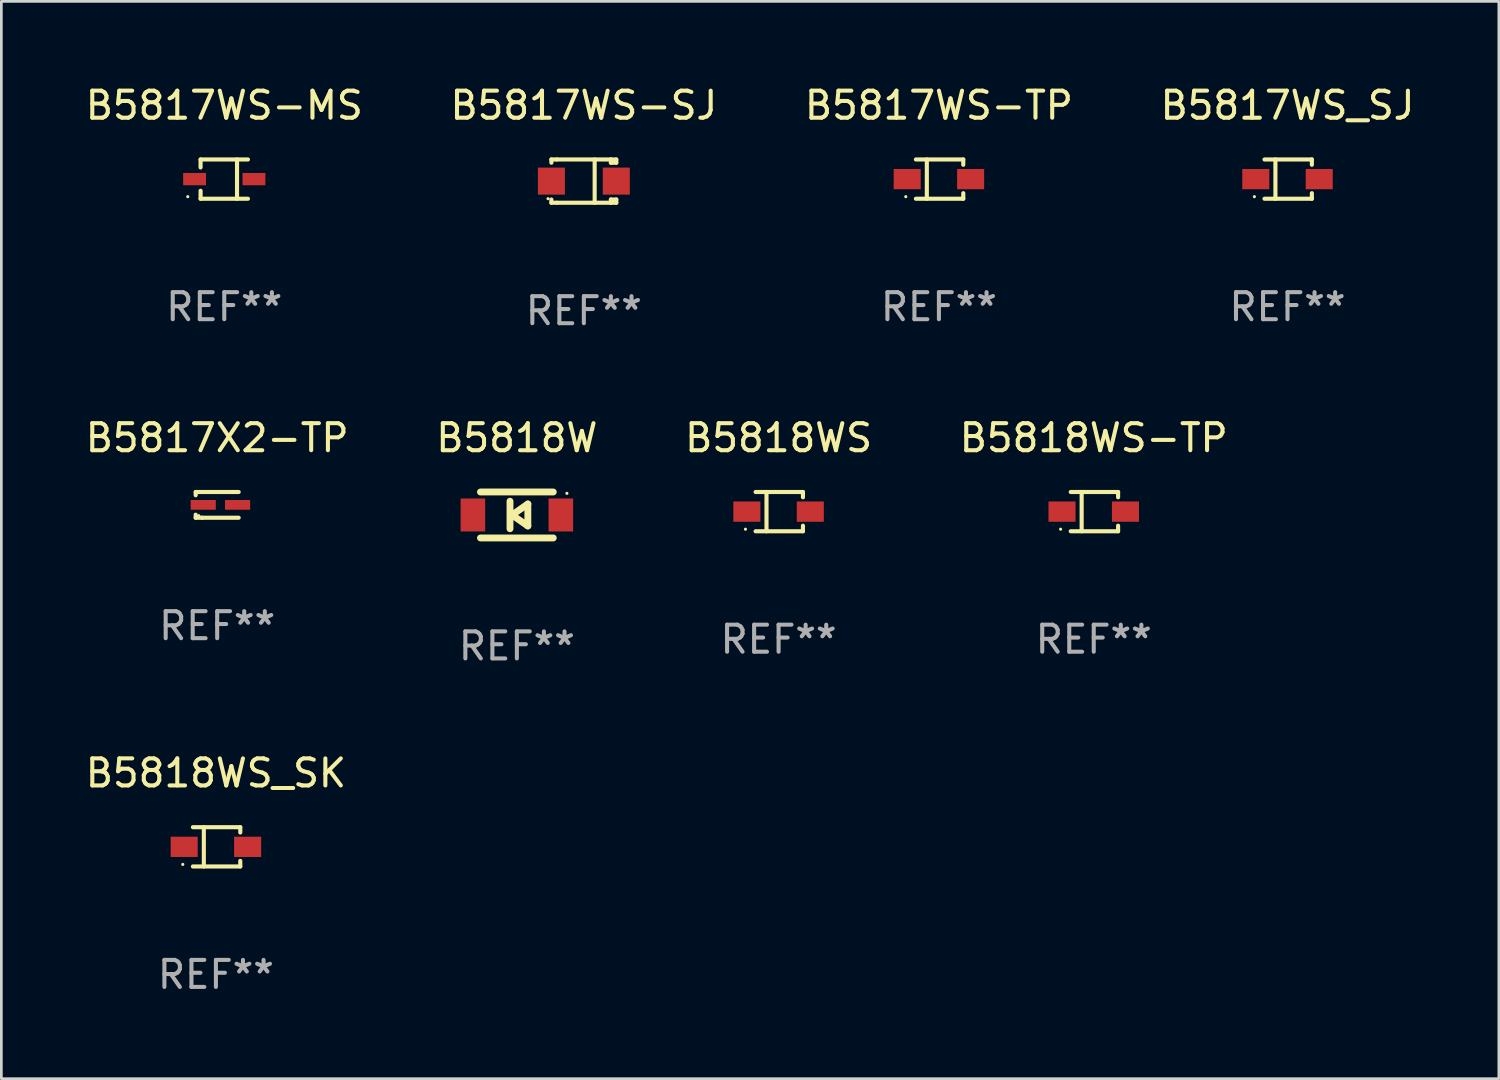
<source format=kicad_pcb>
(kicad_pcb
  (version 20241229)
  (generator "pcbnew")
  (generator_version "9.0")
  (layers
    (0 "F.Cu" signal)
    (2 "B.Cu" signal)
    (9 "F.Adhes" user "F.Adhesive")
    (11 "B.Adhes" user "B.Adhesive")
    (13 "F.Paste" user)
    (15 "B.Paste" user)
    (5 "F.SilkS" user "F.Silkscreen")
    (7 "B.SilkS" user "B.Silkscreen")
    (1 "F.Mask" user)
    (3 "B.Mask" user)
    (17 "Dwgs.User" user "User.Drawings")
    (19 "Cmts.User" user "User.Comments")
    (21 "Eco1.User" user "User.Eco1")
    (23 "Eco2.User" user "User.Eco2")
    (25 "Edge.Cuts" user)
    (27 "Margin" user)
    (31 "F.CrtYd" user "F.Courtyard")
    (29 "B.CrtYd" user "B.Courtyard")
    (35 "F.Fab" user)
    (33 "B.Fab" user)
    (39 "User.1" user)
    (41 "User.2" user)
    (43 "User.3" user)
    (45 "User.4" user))
  (footprint "B5818WS_SK"
    (layer "F.Cu")
    (at 4.935 28.268)
    (property "Reference" "B5818WS_SK" (at 0 -2.726 0) (layer "F.SilkS") (effects (font (size 1 1) (thickness 0.15))))
    (attr through_hole)
    (fp_line (start -0.851 -0.726) (end 0.901 -0.726) (stroke (width 0.152) (type solid)) (layer "F.SilkS"))
    (fp_line (start -0.851 0.726) (end 0.901 0.726) (stroke (width 0.152) (type solid)) (layer "F.SilkS"))
    (fp_line (start -0.447 -0.726) (end -0.447 0.726) (stroke (width 0.152) (type solid)) (layer "F.SilkS"))
    (fp_line (start 0.901 -0.726) (end 0.901 -0.53) (stroke (width 0.152) (type solid)) (layer "F.SilkS"))
    (fp_line (start 0.901 0.726) (end 0.901 0.52) (stroke (width 0.152) (type solid)) (layer "F.SilkS"))
    (fp_circle (center -1.225 0.65) (end -1.195 0.65) (stroke (width 0.06) (type solid)) (fill no) (layer "F.SilkS"))
    (fp_text user "REF**" (at 0 4.726 0) (layer "F.Fab") (effects (font (size 1 1) (thickness 0.15))))
    (pad "1" smd rect (at -1.173 0) (size 1 0.75) (layers "F.Cu" "F.Mask" "F.Paste"))
    (pad "2" smd rect (at 1.173 0) (size 1 0.75) (layers "F.Cu" "F.Mask" "F.Paste")))
  (footprint "B5818WS-TP"
    (layer "F.Cu")
    (at 37.399 15.871)
    (property "Reference" "B5818WS-TP" (at 0 -2.726 0) (layer "F.SilkS") (effects (font (size 1 1) (thickness 0.15))))
    (attr through_hole)
    (fp_line (start -0.851 -0.726) (end 0.901 -0.726) (stroke (width 0.152) (type solid)) (layer "F.SilkS"))
    (fp_line (start -0.851 0.726) (end 0.901 0.726) (stroke (width 0.152) (type solid)) (layer "F.SilkS"))
    (fp_line (start -0.447 -0.726) (end -0.447 0.726) (stroke (width 0.152) (type solid)) (layer "F.SilkS"))
    (fp_line (start 0.901 -0.726) (end 0.901 -0.53) (stroke (width 0.152) (type solid)) (layer "F.SilkS"))
    (fp_line (start 0.901 0.726) (end 0.901 0.52) (stroke (width 0.152) (type solid)) (layer "F.SilkS"))
    (fp_circle (center -1.225 0.65) (end -1.195 0.65) (stroke (width 0.06) (type solid)) (fill no) (layer "F.SilkS"))
    (fp_text user "REF**" (at 0 4.726 0) (layer "F.Fab") (effects (font (size 1 1) (thickness 0.15))))
    (pad "1" smd rect (at -1.173 0) (size 1 0.75) (layers "F.Cu" "F.Mask" "F.Paste"))
    (pad "2" smd rect (at 1.173 0) (size 1 0.75) (layers "F.Cu" "F.Mask" "F.Paste")))
  (footprint "B5817WS-MS"
    (layer "F.Cu")
    (at 5.244 3.574)
    (property "Reference" "B5817WS-MS" (at 0 -2.726 0) (layer "F.SilkS") (effects (font (size 1 1) (thickness 0.15))))
    (attr through_hole)
    (fp_line (start -0.876 -0.726) (end -0.876 -0.431) (stroke (width 0.152) (type solid)) (layer "F.SilkS"))
    (fp_line (start -0.876 0.726) (end -0.876 0.431) (stroke (width 0.152) (type solid)) (layer "F.SilkS"))
    (fp_line (start 0.472 -0.726) (end 0.472 0.726) (stroke (width 0.152) (type solid)) (layer "F.SilkS"))
    (fp_line (start 0.876 -0.726) (end -0.876 -0.726) (stroke (width 0.152) (type solid)) (layer "F.SilkS"))
    (fp_line (start 0.876 0.726) (end -0.876 0.726) (stroke (width 0.152) (type solid)) (layer "F.SilkS"))
    (fp_circle (center -1.35 0.65) (end -1.32 0.65) (stroke (width 0.06) (type solid)) (fill no) (layer "F.SilkS"))
    (fp_text user "REF**" (at 0 4.726 0) (layer "F.Fab") (effects (font (size 1 1) (thickness 0.15))))
    (pad "1" smd rect (at -1.098 -0.000025 180) (size 0.845 0.455) (layers "F.Cu" "F.Mask" "F.Paste"))
    (pad "2" smd rect (at 1.098 -0.000025 180) (size 0.845 0.455) (layers "F.Cu" "F.Mask" "F.Paste")))
  (footprint "B5817WS_SJ"
    (layer "F.Cu")
    (at 44.565 3.574)
    (property "Reference" "B5817WS_SJ" (at 0 -2.726 0) (layer "F.SilkS") (effects (font (size 1 1) (thickness 0.15))))
    (attr through_hole)
    (fp_line (start -0.851 -0.726) (end 0.901 -0.726) (stroke (width 0.152) (type solid)) (layer "F.SilkS"))
    (fp_line (start -0.851 0.726) (end 0.901 0.726) (stroke (width 0.152) (type solid)) (layer "F.SilkS"))
    (fp_line (start -0.447 -0.726) (end -0.447 0.726) (stroke (width 0.152) (type solid)) (layer "F.SilkS"))
    (fp_line (start 0.901 -0.726) (end 0.901 -0.53) (stroke (width 0.152) (type solid)) (layer "F.SilkS"))
    (fp_line (start 0.901 0.726) (end 0.901 0.52) (stroke (width 0.152) (type solid)) (layer "F.SilkS"))
    (fp_circle (center -1.225 0.65) (end -1.195 0.65) (stroke (width 0.06) (type solid)) (fill no) (layer "F.SilkS"))
    (fp_text user "REF**" (at 0 4.726 0) (layer "F.Fab") (effects (font (size 1 1) (thickness 0.15))))
    (pad "1" smd rect (at -1.173 0) (size 1 0.75) (layers "F.Cu" "F.Mask" "F.Paste"))
    (pad "2" smd rect (at 1.173 0) (size 1 0.75) (layers "F.Cu" "F.Mask" "F.Paste")))
  (footprint "B5817X2-TP"
    (layer "F.Cu")
    (at 4.982 15.621)
    (property "Reference" "B5817X2-TP" (at 0 -2.476 0) (layer "F.SilkS") (effects (font (size 1 1) (thickness 0.15))))
    (attr through_hole)
    (fp_line (start -0.795 -0.476) (end -0.795 -0.356) (stroke (width 0.152) (type solid)) (layer "F.SilkS"))
    (fp_line (start -0.795 0.363) (end -0.795 0.476) (stroke (width 0.152) (type solid)) (layer "F.SilkS"))
    (fp_line (start -0.795 0.476) (end -0.557 0.476) (stroke (width 0.152) (type solid)) (layer "F.SilkS"))
    (fp_line (start -0.557 -0.476) (end -0.795 -0.476) (stroke (width 0.152) (type solid)) (layer "F.SilkS"))
    (fp_line (start -0.557 -0.476) (end 0.795 -0.476) (stroke (width 0.152) (type solid)) (layer "F.SilkS"))
    (fp_line (start -0.557 0.476) (end 0.795 0.476) (stroke (width 0.152) (type solid)) (layer "F.SilkS"))
    (fp_circle (center -0.681 0.4) (end -0.651 0.4) (stroke (width 0.06) (type solid)) (fill no) (layer "F.SilkS"))
    (fp_text user "REF**" (at 0 4.476 0) (layer "F.Fab") (effects (font (size 1 1) (thickness 0.15))))
    (pad "1" smd rect (at -0.516 0 180) (size 0.93 0.36) (layers "F.Cu" "F.Mask" "F.Paste"))
    (pad "2" smd rect (at 0.754 0 180) (size 0.93 0.36) (layers "F.Cu" "F.Mask" "F.Paste")))
  (footprint "B5817WS-SJ"
    (layer "F.Cu")
    (at 18.542 3.648)
    (property "Reference" "B5817WS-SJ" (at 0 -2.8 0) (layer "F.SilkS") (effects (font (size 1 1) (thickness 0.15))))
    (attr through_hole)
    (fp_line (start -1.2 -0.8) (end -1.2 -0.68) (stroke (width 0.152) (type solid)) (layer "F.SilkS"))
    (fp_line (start -1.2 0.68) (end -1.2 0.8) (stroke (width 0.152) (type solid)) (layer "F.SilkS"))
    (fp_line (start -1.2 0.8) (end -1 0.8) (stroke (width 0.152) (type solid)) (layer "F.SilkS"))
    (fp_line (start -1 -0.8) (end -1.2 -0.8) (stroke (width 0.152) (type solid)) (layer "F.SilkS"))
    (fp_line (start -1 -0.8) (end 1 -0.8) (stroke (width 0.152) (type solid)) (layer "F.SilkS"))
    (fp_line (start -1 0.8) (end 1 0.8) (stroke (width 0.152) (type solid)) (layer "F.SilkS"))
    (fp_line (start 0.4 -0.8) (end 0.4 0.8) (stroke (width 0.152) (type solid)) (layer "F.SilkS"))
    (fp_line (start 1 -0.8) (end 1 -0.68) (stroke (width 0.152) (type solid)) (layer "F.SilkS"))
    (fp_line (start 1 -0.8) (end 1.2 -0.8) (stroke (width 0.152) (type solid)) (layer "F.SilkS"))
    (fp_line (start 1 0.68) (end 1 0.8) (stroke (width 0.152) (type solid)) (layer "F.SilkS"))
    (fp_line (start 1 0.68) (end 1.2 0.68) (stroke (width 0.152) (type solid)) (layer "F.SilkS"))
    (fp_line (start 1.2 -0.8) (end 1.2 -0.68) (stroke (width 0.152) (type solid)) (layer "F.SilkS"))
    (fp_line (start 1.2 -0.68) (end 1 -0.68) (stroke (width 0.152) (type solid)) (layer "F.SilkS"))
    (fp_line (start 1.2 0.68) (end 1.2 0.8) (stroke (width 0.152) (type solid)) (layer "F.SilkS"))
    (fp_line (start 1.2 0.8) (end 1 0.8) (stroke (width 0.152) (type solid)) (layer "F.SilkS"))
    (fp_circle (center -1.325 0.65) (end -1.295 0.65) (stroke (width 0.06) (type solid)) (fill no) (layer "F.SilkS"))
    (fp_text user "REF**" (at 0 4.8 0) (layer "F.Fab") (effects (font (size 1 1) (thickness 0.15))))
    (pad "1" smd rect (at -1.2 0 180) (size 1 1) (layers "F.Cu" "F.Mask" "F.Paste"))
    (pad "2" smd rect (at 1.2 0 180) (size 1 1) (layers "F.Cu" "F.Mask" "F.Paste")))
  (footprint "B5817WS-TP"
    (layer "F.Cu")
    (at 31.673 3.574)
    (property "Reference" "B5817WS-TP" (at 0 -2.726 0) (layer "F.SilkS") (effects (font (size 1 1) (thickness 0.15))))
    (attr through_hole)
    (fp_line (start -0.851 -0.726) (end 0.901 -0.726) (stroke (width 0.152) (type solid)) (layer "F.SilkS"))
    (fp_line (start -0.851 0.726) (end 0.901 0.726) (stroke (width 0.152) (type solid)) (layer "F.SilkS"))
    (fp_line (start -0.447 -0.726) (end -0.447 0.726) (stroke (width 0.152) (type solid)) (layer "F.SilkS"))
    (fp_line (start 0.901 -0.726) (end 0.901 -0.53) (stroke (width 0.152) (type solid)) (layer "F.SilkS"))
    (fp_line (start 0.901 0.726) (end 0.901 0.52) (stroke (width 0.152) (type solid)) (layer "F.SilkS"))
    (fp_circle (center -1.225 0.65) (end -1.195 0.65) (stroke (width 0.06) (type solid)) (fill no) (layer "F.SilkS"))
    (fp_text user "REF**" (at 0 4.726 0) (layer "F.Fab") (effects (font (size 1 1) (thickness 0.15))))
    (pad "1" smd rect (at -1.173 0) (size 1 0.75) (layers "F.Cu" "F.Mask" "F.Paste"))
    (pad "2" smd rect (at 1.173 0) (size 1 0.75) (layers "F.Cu" "F.Mask" "F.Paste")))
  (footprint "B5818W"
    (layer "F.Cu")
    (at 16.065 15.995)
    (property "Reference" "B5818W" (at 0 -2.85 0) (layer "F.SilkS") (effects (font (size 1 1) (thickness 0.15))))
    (attr through_hole)
    (fp_line (start -1.346 -0.85) (end 1.346 -0.85) (stroke (width 0.254) (type solid)) (layer "F.SilkS"))
    (fp_line (start -0.254 -0.508) (end -0.254 0.508) (stroke (width 0.254) (type solid)) (layer "F.SilkS"))
    (fp_line (start -0.178 0) (end 0.406 -0.406) (stroke (width 0.254) (type solid)) (layer "F.SilkS"))
    (fp_line (start 0.406 -0.406) (end 0.406 0.406) (stroke (width 0.254) (type solid)) (layer "F.SilkS"))
    (fp_line (start 0.406 0.406) (end -0.178 0) (stroke (width 0.254) (type solid)) (layer "F.SilkS"))
    (fp_line (start 1.346 0.85) (end -1.346 0.85) (stroke (width 0.254) (type solid)) (layer "F.SilkS"))
    (fp_circle (center 1.85 -0.8) (end 1.88 -0.8) (stroke (width 0.06) (type solid)) (fill no) (layer "F.SilkS"))
    (fp_text user "REF**" (at 0 4.85 0) (layer "F.Fab") (effects (font (size 1 1) (thickness 0.15))))
    (pad "1" smd rect (at 1.626 0) (size 0.909 1.219) (layers "F.Cu" "F.Mask" "F.Paste"))
    (pad "2" smd rect (at -1.626 0) (size 0.909 1.219) (layers "F.Cu" "F.Mask" "F.Paste")))
  (footprint "B5818WS"
    (layer "F.Cu")
    (at 25.744 15.871)
    (property "Reference" "B5818WS" (at 0 -2.726 0) (layer "F.SilkS") (effects (font (size 1 1) (thickness 0.15))))
    (attr through_hole)
    (fp_line (start -0.851 -0.726) (end 0.901 -0.726) (stroke (width 0.152) (type solid)) (layer "F.SilkS"))
    (fp_line (start -0.851 0.726) (end 0.901 0.726) (stroke (width 0.152) (type solid)) (layer "F.SilkS"))
    (fp_line (start -0.447 -0.726) (end -0.447 0.726) (stroke (width 0.152) (type solid)) (layer "F.SilkS"))
    (fp_line (start 0.901 -0.726) (end 0.901 -0.53) (stroke (width 0.152) (type solid)) (layer "F.SilkS"))
    (fp_line (start 0.901 0.726) (end 0.901 0.52) (stroke (width 0.152) (type solid)) (layer "F.SilkS"))
    (fp_circle (center -1.225 0.65) (end -1.195 0.65) (stroke (width 0.06) (type solid)) (fill no) (layer "F.SilkS"))
    (fp_text user "REF**" (at 0 4.726 0) (layer "F.Fab") (effects (font (size 1 1) (thickness 0.15))))
    (pad "1" smd rect (at -1.173 0) (size 1 0.75) (layers "F.Cu" "F.Mask" "F.Paste"))
    (pad "2" smd rect (at 1.173 0) (size 1 0.75) (layers "F.Cu" "F.Mask" "F.Paste")))
  (gr_rect
    (start -3 -3)
    (end 52.381 36.842)
    (stroke (width 0.1) (type default))
    (fill no)
    (layer "Edge.Cuts")))
</source>
